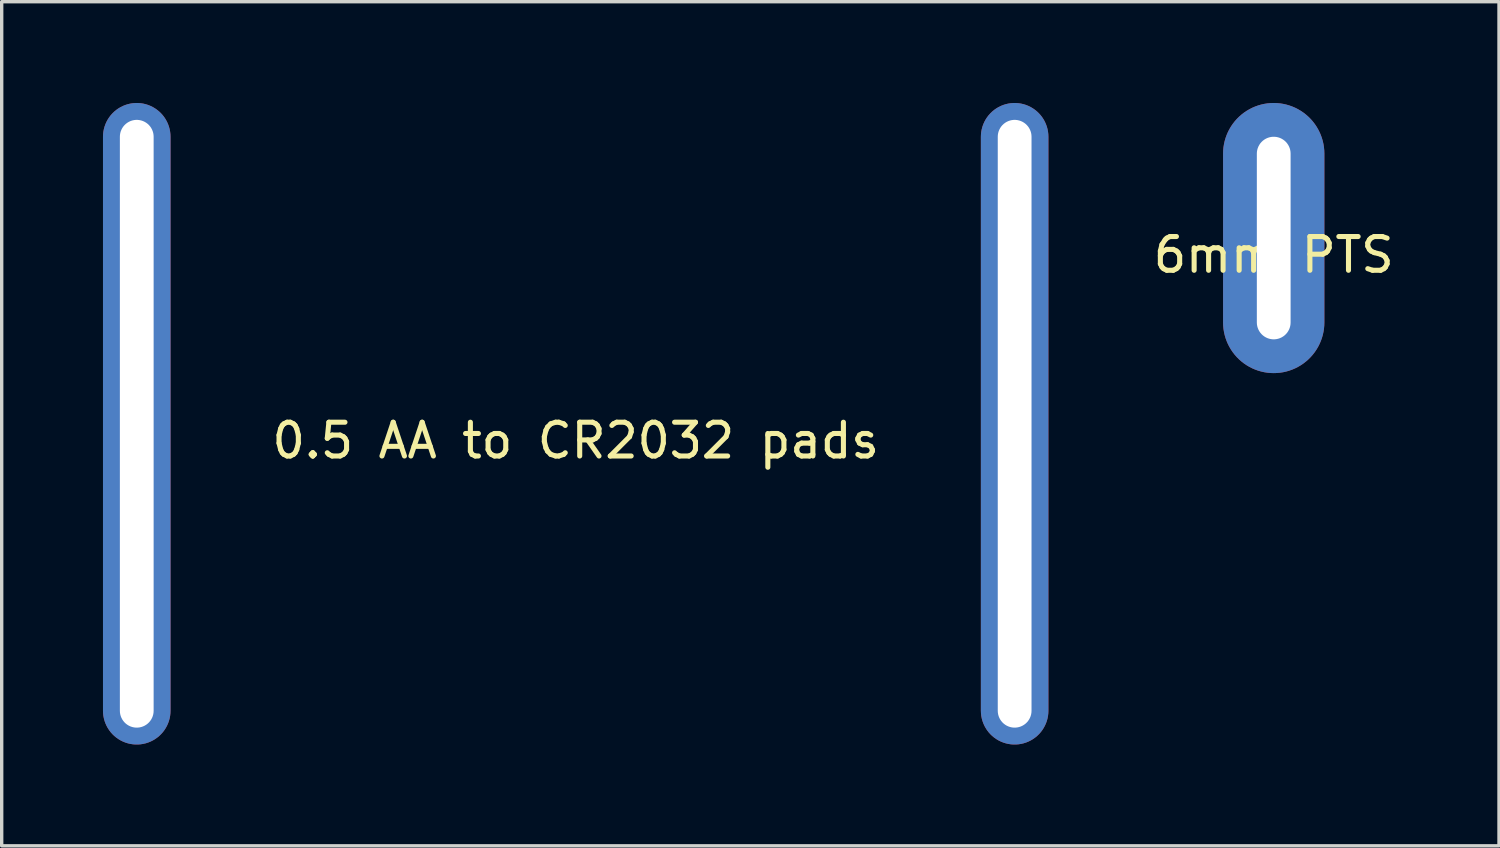
<source format=kicad_pcb>
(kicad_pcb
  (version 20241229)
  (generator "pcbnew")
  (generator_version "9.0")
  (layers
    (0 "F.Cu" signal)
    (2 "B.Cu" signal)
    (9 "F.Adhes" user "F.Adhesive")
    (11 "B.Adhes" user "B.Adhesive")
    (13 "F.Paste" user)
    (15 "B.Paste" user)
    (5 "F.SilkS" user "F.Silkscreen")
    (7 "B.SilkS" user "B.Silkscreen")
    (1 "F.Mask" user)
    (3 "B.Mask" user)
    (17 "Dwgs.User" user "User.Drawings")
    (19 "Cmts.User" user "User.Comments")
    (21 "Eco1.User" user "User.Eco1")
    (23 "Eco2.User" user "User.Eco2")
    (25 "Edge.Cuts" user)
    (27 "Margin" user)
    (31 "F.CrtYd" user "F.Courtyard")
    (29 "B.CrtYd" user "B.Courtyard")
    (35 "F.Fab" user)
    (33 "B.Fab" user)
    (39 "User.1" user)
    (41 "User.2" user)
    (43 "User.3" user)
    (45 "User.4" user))
  (footprint "6mm PTS"
    (layer "F.Cu")
    (at 34.673 4)
    (property "Reference" "6mm PTS" (at 0 0.5 0) (layer "F.SilkS") (effects (font (size 1 1) (thickness 0.15))))
    (attr through_hole)
    (pad "1" thru_hole oval (at 0 0) (size 3 8) (drill oval 1 6) (layers "*.Cu" "*.Mask")))
  (footprint "0.5 AA to CR2032 pads"
    (layer "F.Cu")
    (at 14 9.5)
    (property "Reference" "0.5 AA to CR2032 pads" (at 0 0.5 0) (layer "F.SilkS") (effects (font (size 1 1) (thickness 0.15))))
    (attr through_hole)
    (pad "1" thru_hole oval (at -13 0) (size 2 19) (drill oval 1 18) (layers "*.Cu" "*.Mask"))
    (pad "2" thru_hole oval (at 13 0) (size 2 19) (drill oval 1 18) (layers "*.Cu" "*.Mask")))
  (gr_rect
    (start -3 -3)
    (end 41.345 22)
    (stroke (width 0.1) (type default))
    (fill no)
    (layer "Edge.Cuts")))
</source>
